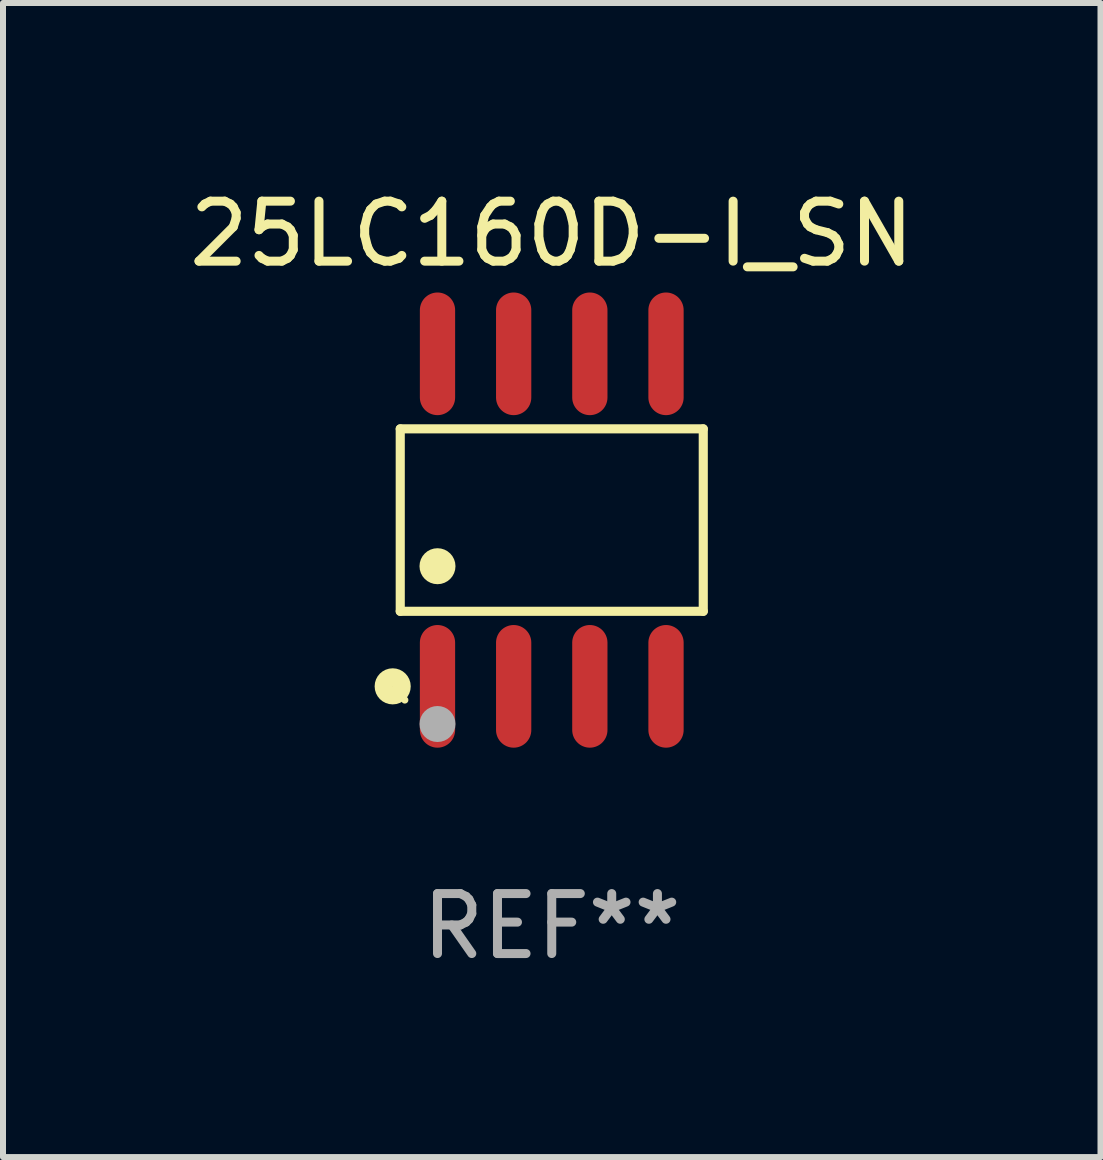
<source format=kicad_pcb>
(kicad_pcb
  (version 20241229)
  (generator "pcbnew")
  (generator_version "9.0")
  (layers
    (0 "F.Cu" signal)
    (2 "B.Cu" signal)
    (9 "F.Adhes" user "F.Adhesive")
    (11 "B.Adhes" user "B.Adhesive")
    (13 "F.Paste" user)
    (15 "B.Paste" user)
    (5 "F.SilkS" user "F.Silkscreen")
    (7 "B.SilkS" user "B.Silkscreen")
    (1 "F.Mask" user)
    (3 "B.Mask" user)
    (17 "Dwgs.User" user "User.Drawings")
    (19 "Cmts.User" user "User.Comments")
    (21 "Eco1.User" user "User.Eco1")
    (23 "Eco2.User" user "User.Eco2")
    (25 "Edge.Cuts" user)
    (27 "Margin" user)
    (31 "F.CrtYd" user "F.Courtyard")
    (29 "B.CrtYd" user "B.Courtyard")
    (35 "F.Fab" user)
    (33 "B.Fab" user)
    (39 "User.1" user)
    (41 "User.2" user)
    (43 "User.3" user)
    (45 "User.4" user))
  (footprint "25LC160D-I_SN"
    (layer "F.Cu")
    (at 6.149 5.621)
    (property "Reference" "25LC160D-I_SN" (at 0 -4.772 0) (layer "F.SilkS") (effects (font (size 1 1) (thickness 0.15))))
    (attr through_hole)
    (fp_line (start -2.526 -1.521) (end 2.526 -1.521) (stroke (width 0.152) (type solid)) (layer "F.SilkS"))
    (fp_line (start -2.526 1.521) (end -2.526 -1.521) (stroke (width 0.152) (type solid)) (layer "F.SilkS"))
    (fp_line (start 2.526 -1.521) (end 2.526 1.521) (stroke (width 0.152) (type solid)) (layer "F.SilkS"))
    (fp_line (start 2.526 1.521) (end -2.526 1.521) (stroke (width 0.152) (type solid)) (layer "F.SilkS"))
    (fp_circle (center -2.652 2.772) (end -2.501 2.772) (stroke (width 0.3) (type solid)) (fill no) (layer "F.SilkS"))
    (fp_circle (center -2.45 3) (end -2.42 3) (stroke (width 0.06) (type solid)) (fill no) (layer "F.SilkS"))
    (fp_circle (center -1.905 0.769) (end -1.755 0.769) (stroke (width 0.3) (type solid)) (fill no) (layer "F.SilkS"))
    (fp_circle (center -1.905 3.4) (end -1.755 3.4) (stroke (width 0.3) (type solid)) (fill no) (layer "F.Fab"))
    (fp_text user "REF**" (at 0 6.772 0) (layer "F.Fab") (effects (font (size 1 1) (thickness 0.15))))
    (pad "1" smd oval (at -1.905 2.772) (size 0.588 2.045) (layers "F.Cu" "F.Mask" "F.Paste"))
    (pad "2" smd oval (at -0.635 2.772) (size 0.588 2.045) (layers "F.Cu" "F.Mask" "F.Paste"))
    (pad "3" smd oval (at 0.635 2.772) (size 0.588 2.045) (layers "F.Cu" "F.Mask" "F.Paste"))
    (pad "4" smd oval (at 1.905 2.772) (size 0.588 2.045) (layers "F.Cu" "F.Mask" "F.Paste"))
    (pad "5" smd oval (at 1.905 -2.772) (size 0.588 2.045) (layers "F.Cu" "F.Mask" "F.Paste"))
    (pad "6" smd oval (at 0.635 -2.772) (size 0.588 2.045) (layers "F.Cu" "F.Mask" "F.Paste"))
    (pad "7" smd oval (at -0.635 -2.772) (size 0.588 2.045) (layers "F.Cu" "F.Mask" "F.Paste"))
    (pad "8" smd oval (at -1.905 -2.772) (size 0.588 2.045) (layers "F.Cu" "F.Mask" "F.Paste")))
  (gr_rect
    (start -3 -3)
    (end 15.298 16.241)
    (stroke (width 0.1) (type default))
    (fill no)
    (layer "Edge.Cuts")))
</source>
